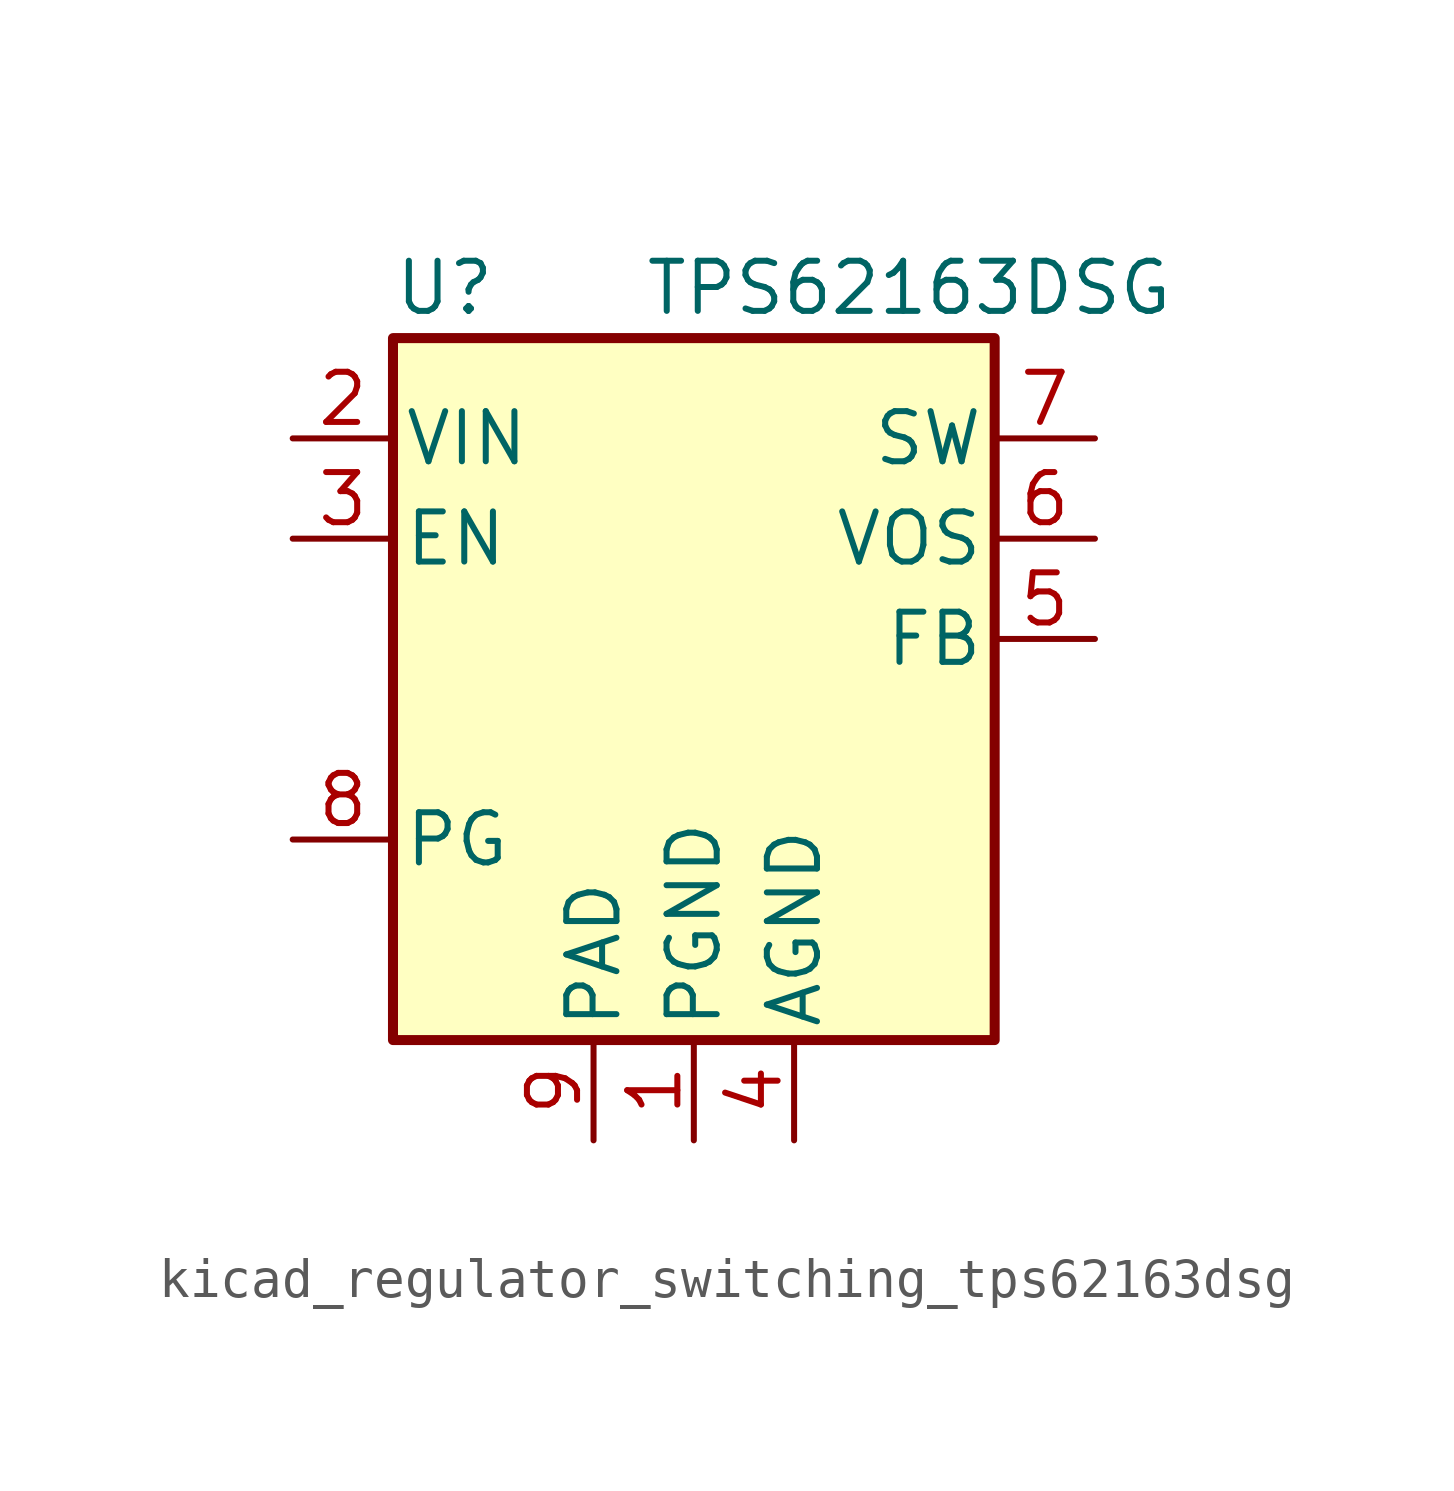
<source format=kicad_sym>
(kicad_symbol_lib
  (version 20220914)
  (generator kicad_symbol_editor)
  (symbol "kicad_regulator_switching_tps62163dsg"
    (pin_names
      (offset 0.254))
    (property "Reference" "U"
      (at -7.62 11.43 0)
      (effects (font (size 1.27 1.27)) (justify left)))
    (property "Value" "TPS62163DSG"
      (at -1.27 11.43 0)
      (effects (font (size 1.27 1.27)) (justify left)))
    (symbol "kicad_regulator_switching_tps62163dsg_0_1"
      (rectangle (start -7.62 10.16) (end 7.62 -7.62) (stroke (width 0.254) (type default)) (fill (type background))))
    (symbol "kicad_regulator_switching_tps62163dsg_1_1"
      (pin power_in line (at 0 -10.16 90) (length 2.54) (name "PGND" (effects (font (size 1.27 1.27)))) (number "1" (effects (font (size 1.27 1.27)))))
      (pin power_in line (at -10.16 7.62 0) (length 2.54) (name "VIN" (effects (font (size 1.27 1.27)))) (number "2" (effects (font (size 1.27 1.27)))))
      (pin input line (at -10.16 5.08 0) (length 2.54) (name "EN" (effects (font (size 1.27 1.27)))) (number "3" (effects (font (size 1.27 1.27)))))
      (pin power_in line (at 2.54 -10.16 90) (length 2.54) (name "AGND" (effects (font (size 1.27 1.27)))) (number "4" (effects (font (size 1.27 1.27)))))
      (pin input line (at 10.16 2.54 180) (length 2.54) (name "FB" (effects (font (size 1.27 1.27)))) (number "5" (effects (font (size 1.27 1.27)))))
      (pin input line (at 10.16 5.08 180) (length 2.54) (name "VOS" (effects (font (size 1.27 1.27)))) (number "6" (effects (font (size 1.27 1.27)))))
      (pin output line (at 10.16 7.62 180) (length 2.54) (name "SW" (effects (font (size 1.27 1.27)))) (number "7" (effects (font (size 1.27 1.27)))))
      (pin open_collector line (at -10.16 -2.54 0) (length 2.54) (name "PG" (effects (font (size 1.27 1.27)))) (number "8" (effects (font (size 1.27 1.27)))))
      (pin power_in line (at -2.54 -10.16 90) (length 2.54) (name "PAD" (effects (font (size 1.27 1.27)))) (number "9" (effects (font (size 1.27 1.27))))))))
</source>
